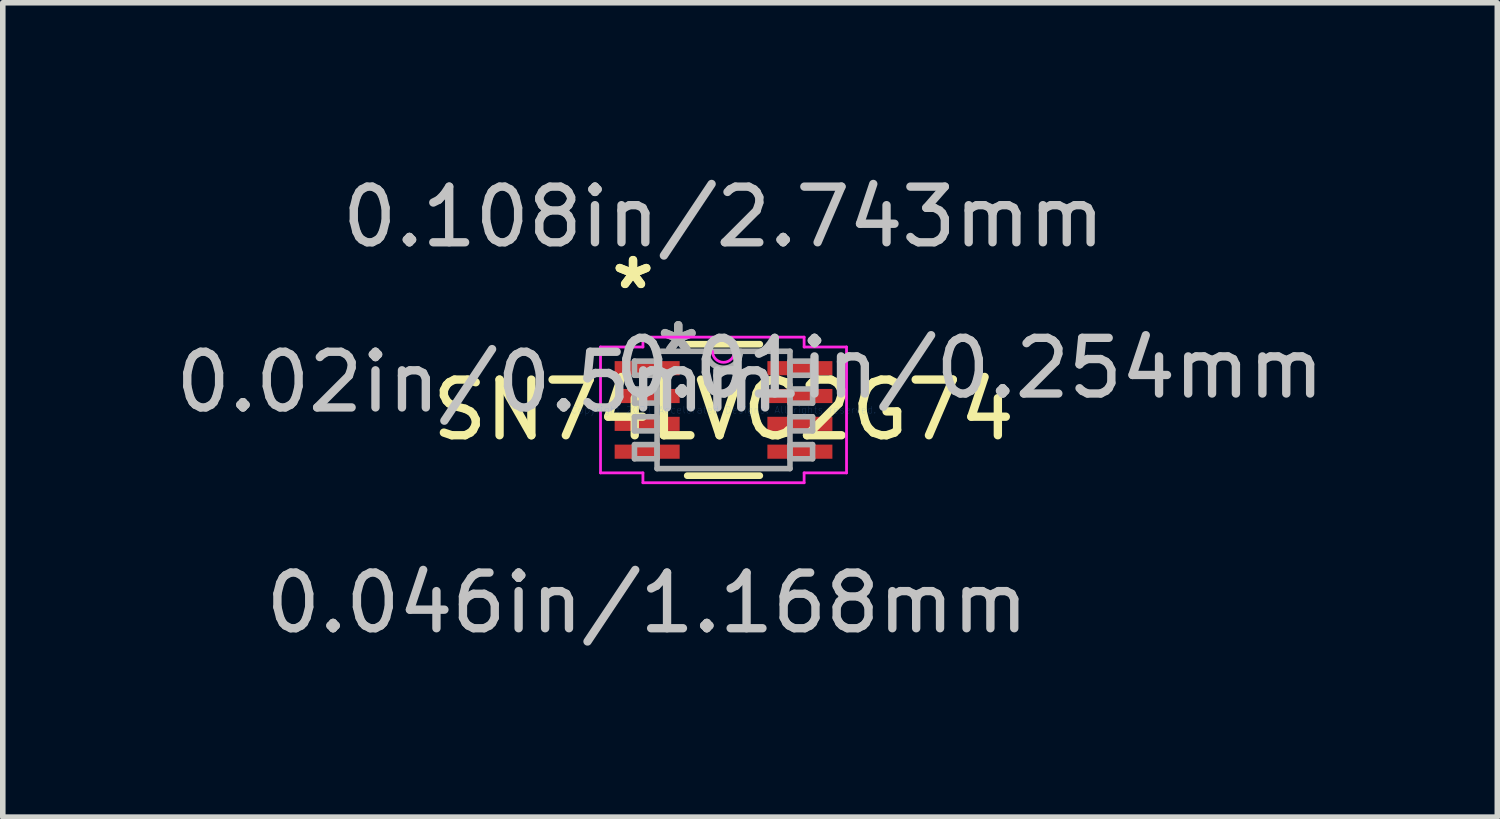
<source format=kicad_pcb>
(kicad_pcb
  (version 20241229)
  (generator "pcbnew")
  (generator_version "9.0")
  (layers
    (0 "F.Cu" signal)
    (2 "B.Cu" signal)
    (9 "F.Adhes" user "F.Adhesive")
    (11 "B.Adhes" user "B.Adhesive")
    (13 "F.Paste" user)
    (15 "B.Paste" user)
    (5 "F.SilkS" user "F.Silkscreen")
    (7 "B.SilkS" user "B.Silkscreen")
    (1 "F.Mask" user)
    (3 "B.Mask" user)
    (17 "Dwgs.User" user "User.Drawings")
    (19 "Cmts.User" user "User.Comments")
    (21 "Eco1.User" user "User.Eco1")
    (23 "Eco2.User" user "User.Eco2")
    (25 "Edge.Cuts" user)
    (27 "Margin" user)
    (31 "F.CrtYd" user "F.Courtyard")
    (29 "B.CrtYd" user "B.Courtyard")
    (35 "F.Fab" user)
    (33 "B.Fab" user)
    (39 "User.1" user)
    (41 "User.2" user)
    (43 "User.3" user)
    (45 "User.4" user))
  (footprint "SN74LVC2G74"
    (layer "F.Cu")
    (at 9.949 4.315)
    (property "Reference" "SN74LVC2G74" (at 0 0 0) (layer "F.SilkS") (effects (font (size 1 1) (thickness 0.15))))
    (attr through_hole)
    (fp_line (start -0.652 1.181) (end 0.652 1.181) (stroke (width 0.12) (type solid)) (layer "F.SilkS"))
    (fp_line (start 0.652 -1.181) (end -0.652 -1.181) (stroke (width 0.12) (type solid)) (layer "F.SilkS"))
    (fp_line (start -2.21 -1.131) (end -1.448 -1.131) (stroke (width 0.05) (type solid)) (layer "F.CrtYd"))
    (fp_line (start -2.21 1.131) (end -2.21 -1.131) (stroke (width 0.05) (type solid)) (layer "F.CrtYd"))
    (fp_line (start -1.448 -1.308) (end 1.448 -1.308) (stroke (width 0.05) (type solid)) (layer "F.CrtYd"))
    (fp_line (start -1.448 -1.131) (end -1.448 -1.308) (stroke (width 0.05) (type solid)) (layer "F.CrtYd"))
    (fp_line (start -1.448 1.131) (end -2.21 1.131) (stroke (width 0.05) (type solid)) (layer "F.CrtYd"))
    (fp_line (start -1.448 1.308) (end -1.448 1.131) (stroke (width 0.05) (type solid)) (layer "F.CrtYd"))
    (fp_line (start 1.448 -1.308) (end 1.448 -1.131) (stroke (width 0.05) (type solid)) (layer "F.CrtYd"))
    (fp_line (start 1.448 -1.131) (end 2.21 -1.131) (stroke (width 0.05) (type solid)) (layer "F.CrtYd"))
    (fp_line (start 1.448 1.131) (end 1.448 1.308) (stroke (width 0.05) (type solid)) (layer "F.CrtYd"))
    (fp_line (start 1.448 1.308) (end -1.448 1.308) (stroke (width 0.05) (type solid)) (layer "F.CrtYd"))
    (fp_line (start 2.21 -1.131) (end 2.21 1.131) (stroke (width 0.05) (type solid)) (layer "F.CrtYd"))
    (fp_line (start 2.21 1.131) (end 1.448 1.131) (stroke (width 0.05) (type solid)) (layer "F.CrtYd"))
    (fp_arc (start 0.198967 -1.0541) (mid 0 -0.855133) (end -0.198967 -1.0541) (stroke (width 0.05) (type solid)) (layer "F.CrtYd"))
    (fp_line (start -1.6 -0.877) (end -1.6 -0.623) (stroke (width 0.1) (type solid)) (layer "F.Fab"))
    (fp_line (start -1.6 -0.623) (end -1.194 -0.623) (stroke (width 0.1) (type solid)) (layer "F.Fab"))
    (fp_line (start -1.6 -0.377) (end -1.6 -0.123) (stroke (width 0.1) (type solid)) (layer "F.Fab"))
    (fp_line (start -1.6 -0.123) (end -1.194 -0.123) (stroke (width 0.1) (type solid)) (layer "F.Fab"))
    (fp_line (start -1.6 0.123) (end -1.6 0.377) (stroke (width 0.1) (type solid)) (layer "F.Fab"))
    (fp_line (start -1.6 0.377) (end -1.194 0.377) (stroke (width 0.1) (type solid)) (layer "F.Fab"))
    (fp_line (start -1.6 0.623) (end -1.6 0.877) (stroke (width 0.1) (type solid)) (layer "F.Fab"))
    (fp_line (start -1.6 0.877) (end -1.194 0.877) (stroke (width 0.1) (type solid)) (layer "F.Fab"))
    (fp_line (start -1.194 -1.054) (end -1.194 1.054) (stroke (width 0.1) (type solid)) (layer "F.Fab"))
    (fp_line (start -1.194 -0.877) (end -1.6 -0.877) (stroke (width 0.1) (type solid)) (layer "F.Fab"))
    (fp_line (start -1.194 -0.623) (end -1.194 -0.877) (stroke (width 0.1) (type solid)) (layer "F.Fab"))
    (fp_line (start -1.194 -0.377) (end -1.6 -0.377) (stroke (width 0.1) (type solid)) (layer "F.Fab"))
    (fp_line (start -1.194 -0.123) (end -1.194 -0.377) (stroke (width 0.1) (type solid)) (layer "F.Fab"))
    (fp_line (start -1.194 0.123) (end -1.6 0.123) (stroke (width 0.1) (type solid)) (layer "F.Fab"))
    (fp_line (start -1.194 0.377) (end -1.194 0.123) (stroke (width 0.1) (type solid)) (layer "F.Fab"))
    (fp_line (start -1.194 0.623) (end -1.6 0.623) (stroke (width 0.1) (type solid)) (layer "F.Fab"))
    (fp_line (start -1.194 0.877) (end -1.194 0.623) (stroke (width 0.1) (type solid)) (layer "F.Fab"))
    (fp_line (start -1.194 1.054) (end 1.194 1.054) (stroke (width 0.1) (type solid)) (layer "F.Fab"))
    (fp_line (start 1.194 -1.054) (end -1.194 -1.054) (stroke (width 0.1) (type solid)) (layer "F.Fab"))
    (fp_line (start 1.194 -0.877) (end 1.194 -0.623) (stroke (width 0.1) (type solid)) (layer "F.Fab"))
    (fp_line (start 1.194 -0.623) (end 1.6 -0.623) (stroke (width 0.1) (type solid)) (layer "F.Fab"))
    (fp_line (start 1.194 -0.377) (end 1.194 -0.123) (stroke (width 0.1) (type solid)) (layer "F.Fab"))
    (fp_line (start 1.194 -0.123) (end 1.6 -0.123) (stroke (width 0.1) (type solid)) (layer "F.Fab"))
    (fp_line (start 1.194 0.123) (end 1.194 0.377) (stroke (width 0.1) (type solid)) (layer "F.Fab"))
    (fp_line (start 1.194 0.377) (end 1.6 0.377) (stroke (width 0.1) (type solid)) (layer "F.Fab"))
    (fp_line (start 1.194 0.623) (end 1.194 0.877) (stroke (width 0.1) (type solid)) (layer "F.Fab"))
    (fp_line (start 1.194 0.877) (end 1.6 0.877) (stroke (width 0.1) (type solid)) (layer "F.Fab"))
    (fp_line (start 1.194 1.054) (end 1.194 -1.054) (stroke (width 0.1) (type solid)) (layer "F.Fab"))
    (fp_line (start 1.6 -0.877) (end 1.194 -0.877) (stroke (width 0.1) (type solid)) (layer "F.Fab"))
    (fp_line (start 1.6 -0.623) (end 1.6 -0.877) (stroke (width 0.1) (type solid)) (layer "F.Fab"))
    (fp_line (start 1.6 -0.377) (end 1.194 -0.377) (stroke (width 0.1) (type solid)) (layer "F.Fab"))
    (fp_line (start 1.6 -0.123) (end 1.6 -0.377) (stroke (width 0.1) (type solid)) (layer "F.Fab"))
    (fp_line (start 1.6 0.123) (end 1.194 0.123) (stroke (width 0.1) (type solid)) (layer "F.Fab"))
    (fp_line (start 1.6 0.377) (end 1.6 0.123) (stroke (width 0.1) (type solid)) (layer "F.Fab"))
    (fp_line (start 1.6 0.623) (end 1.194 0.623) (stroke (width 0.1) (type solid)) (layer "F.Fab"))
    (fp_line (start 1.6 0.877) (end 1.6 0.623) (stroke (width 0.1) (type solid)) (layer "F.Fab"))
    (fp_arc (start 0.3048 -1.0541) (mid 0 -0.7493) (end -0.3048 -1.0541) (stroke (width 0.1) (type solid)) (layer "F.Fab"))
    (fp_text user "*" (at -1.626 -2.147 0) (layer "F.SilkS") (effects (font (size 1 1) (thickness 0.15))))
    (fp_text user "*" (at -1.626 -2.147 0) (layer "F.SilkS") (effects (font (size 1 1) (thickness 0.15))))
    (fp_text user "0.108in/2.743mm" (at 0 -3.467 0) (layer "Dwgs.User") (effects (font (size 1 1) (thickness 0.15))))
    (fp_text user "0.01in/0.254mm" (at 4.42 -0.75 0) (layer "Dwgs.User") (effects (font (size 1 1) (thickness 0.15))))
    (fp_text user "0.02in/0.5mm" (at -4.42 -0.5 0) (layer "Dwgs.User") (effects (font (size 1 1) (thickness 0.15))))
    (fp_text user "0.046in/1.168mm" (at -1.372 3.467 0) (layer "Dwgs.User") (effects (font (size 1 1) (thickness 0.15))))
    (fp_text user "Copyright 2021 Accelerated Designs. All rights reserved." (at 0 0 0) (layer "Cmts.User") (effects (font (size 0.127 0.127) (thickness 0.002))))
    (fp_text user "*" (at -0.813 -0.978 0) (layer "F.Fab") (effects (font (size 1 1) (thickness 0.15))))
    (fp_text user "*" (at -0.813 -0.978 0) (layer "F.Fab") (effects (font (size 1 1) (thickness 0.15))))
    (pad "1" smd rect (at -1.372 -0.75) (size 1.168 0.254) (layers "F.Cu" "F.Mask" "F.Paste"))
    (pad "2" smd rect (at -1.372 -0.25) (size 1.168 0.254) (layers "F.Cu" "F.Mask" "F.Paste"))
    (pad "3" smd rect (at -1.372 0.25) (size 1.168 0.254) (layers "F.Cu" "F.Mask" "F.Paste"))
    (pad "4" smd rect (at -1.372 0.75) (size 1.168 0.254) (layers "F.Cu" "F.Mask" "F.Paste"))
    (pad "5" smd rect (at 1.372 0.75) (size 1.168 0.254) (layers "F.Cu" "F.Mask" "F.Paste"))
    (pad "6" smd rect (at 1.372 0.25) (size 1.168 0.254) (layers "F.Cu" "F.Mask" "F.Paste"))
    (pad "7" smd rect (at 1.372 -0.25) (size 1.168 0.254) (layers "F.Cu" "F.Mask" "F.Paste"))
    (pad "8" smd rect (at 1.372 -0.75) (size 1.168 0.254) (layers "F.Cu" "F.Mask" "F.Paste")))
  (gr_rect
    (start -3 -3)
    (end 23.851 11.631)
    (stroke (width 0.1) (type default))
    (fill no)
    (layer "Edge.Cuts")))
</source>
